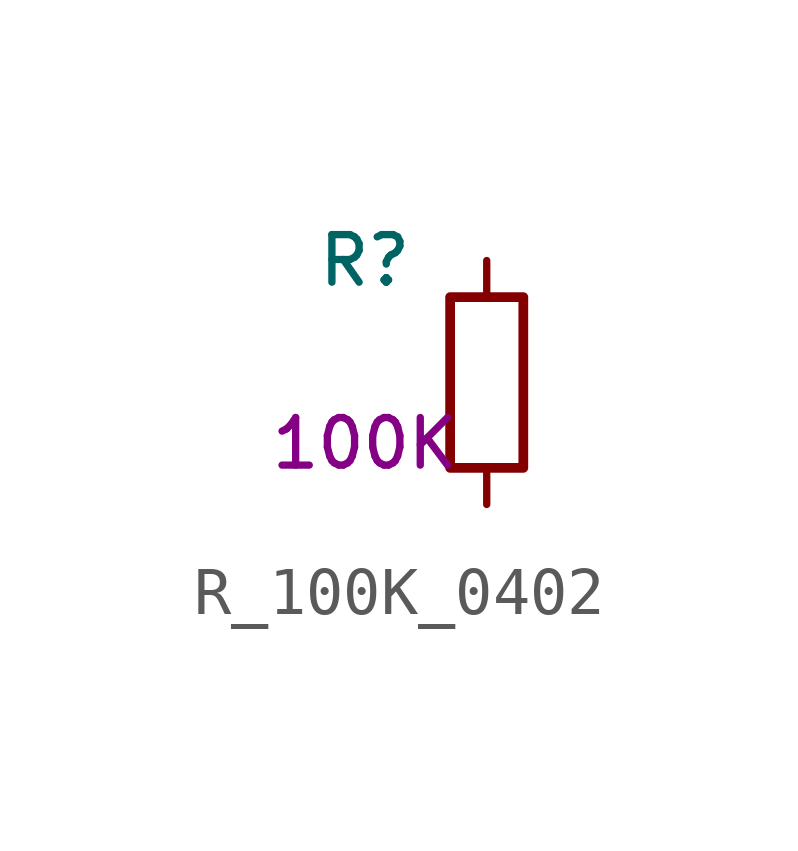
<source format=kicad_sym>
(kicad_symbol_lib
  (version 20220914)
  (generator kicad_symbol_editor)
  (symbol "R_100K_0402"
    (pin_numbers hide)
    (pin_names
      (offset 0))
    (property "Reference" "R"
      (at -2.54 2.54 0)
      (effects (font (size 0.991 0.991))))
    (property "Waarde" "100K"
      (at -2.54 -1.27 0)
      (effects (font (size 0.991 0.991))))
    (symbol "R_100K_0402_0_1"
      (rectangle (start -0.762 1.778) (end 0.762 -1.778) (stroke (width 0.203) (type default)) (fill (type none))))
    (symbol "R_100K_0402_1_1"
      (pin passive line (at 0 2.54 270) (length 0.762) (name "~" (effects (font (size 1.27 1.27)))) (number "1" (effects (font (size 1.27 1.27)))))
      (pin passive line (at 0 -2.54 90) (length 0.762) (name "~" (effects (font (size 1.27 1.27)))) (number "2" (effects (font (size 1.27 1.27))))))))
</source>
